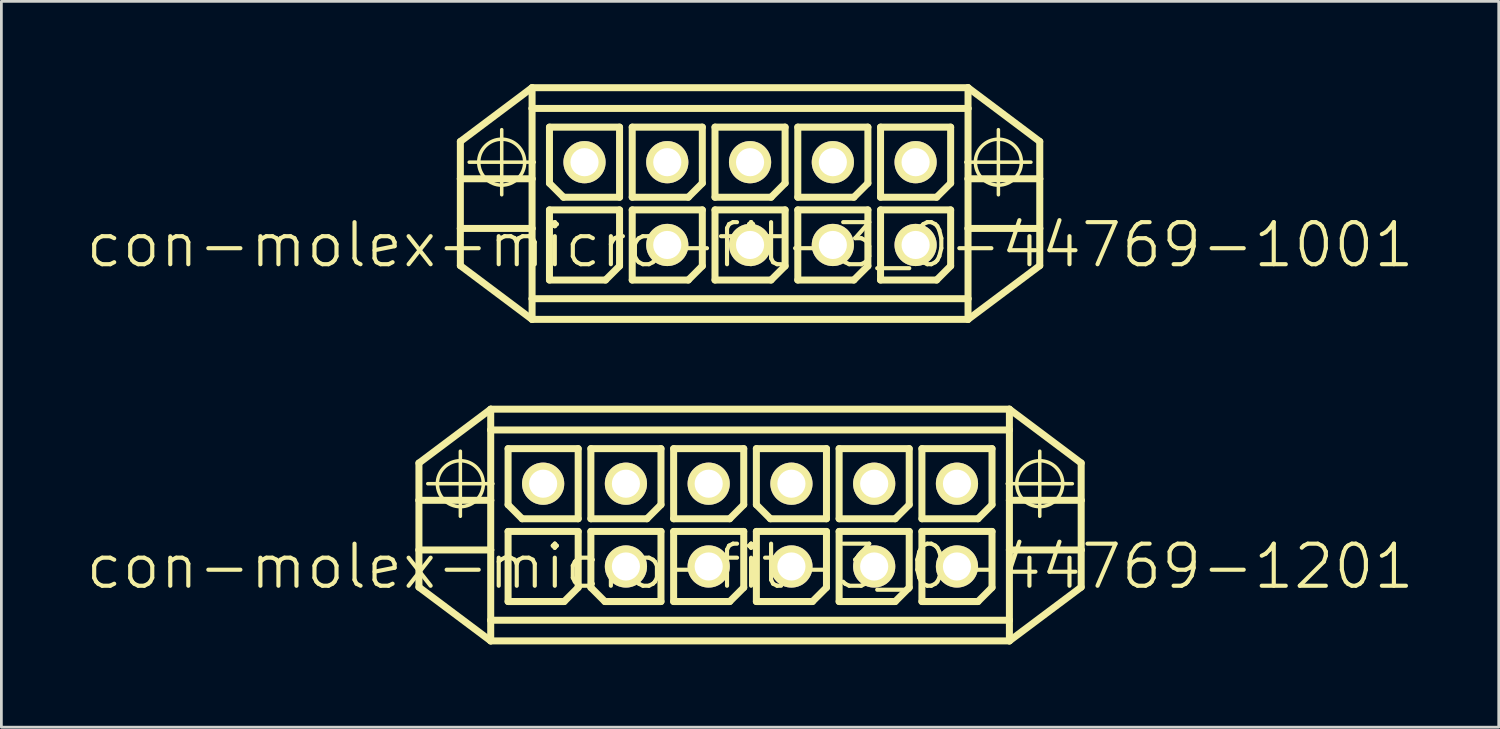
<source format=kicad_pcb>
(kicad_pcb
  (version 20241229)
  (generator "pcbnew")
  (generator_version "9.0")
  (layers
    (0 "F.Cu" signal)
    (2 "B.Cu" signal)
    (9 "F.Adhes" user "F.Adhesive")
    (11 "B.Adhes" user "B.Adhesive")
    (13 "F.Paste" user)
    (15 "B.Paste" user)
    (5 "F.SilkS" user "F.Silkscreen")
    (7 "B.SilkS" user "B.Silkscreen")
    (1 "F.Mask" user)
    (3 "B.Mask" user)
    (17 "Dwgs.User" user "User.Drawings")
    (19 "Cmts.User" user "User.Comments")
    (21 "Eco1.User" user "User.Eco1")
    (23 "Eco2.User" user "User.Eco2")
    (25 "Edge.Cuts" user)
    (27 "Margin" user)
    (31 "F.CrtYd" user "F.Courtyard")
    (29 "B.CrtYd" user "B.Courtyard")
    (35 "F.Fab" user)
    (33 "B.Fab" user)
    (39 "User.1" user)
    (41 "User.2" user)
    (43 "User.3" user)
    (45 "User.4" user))
  (footprint "con-molex-micro-fit-3_0-44769-1201"
    (layer "F.Cu")
    (at 24.13 17.478)
    (property "Reference" "con-molex-micro-fit-3_0-44769-1201" (at 0 0 0) (layer "F.SilkS") (effects (font (size 1.524 1.524) (thickness 0.15))))
    (attr exclude_from_pos_files exclude_from_bom)
    (fp_line (start -11.999 -3.749) (end -9.398 -5.7) (stroke (width 0.254) (type solid)) (layer "F.SilkS"))
    (fp_line (start -11.999 -2.398) (end -11.999 -3.749) (stroke (width 0.254) (type solid)) (layer "F.SilkS"))
    (fp_line (start -11.999 -2.398) (end -9.398 -2.398) (stroke (width 0.254) (type solid)) (layer "F.SilkS"))
    (fp_line (start -11.999 -0.599) (end -11.999 -2.398) (stroke (width 0.254) (type solid)) (layer "F.SilkS"))
    (fp_line (start -11.999 -0.599) (end -9.398 -0.599) (stroke (width 0.254) (type solid)) (layer "F.SilkS"))
    (fp_line (start -11.999 0.749) (end -11.999 -0.599) (stroke (width 0.254) (type solid)) (layer "F.SilkS"))
    (fp_line (start -11.679 -3) (end -9.319 -3) (stroke (width 0.127) (type solid)) (layer "F.SilkS"))
    (fp_line (start -10.498 -1.819) (end -10.498 -4.178) (stroke (width 0.127) (type solid)) (layer "F.SilkS"))
    (fp_line (start -9.398 -5.7) (end -9.398 -4.948) (stroke (width 0.254) (type solid)) (layer "F.SilkS"))
    (fp_line (start -9.398 -5.7) (end 9.398 -5.7) (stroke (width 0.254) (type solid)) (layer "F.SilkS"))
    (fp_line (start -9.398 -4.948) (end 9.398 -4.948) (stroke (width 0.254) (type solid)) (layer "F.SilkS"))
    (fp_line (start -9.398 -2.398) (end -9.398 -4.948) (stroke (width 0.254) (type solid)) (layer "F.SilkS"))
    (fp_line (start -9.398 -0.599) (end -9.398 -2.398) (stroke (width 0.254) (type solid)) (layer "F.SilkS"))
    (fp_line (start -9.398 -0.599) (end -9.398 1.948) (stroke (width 0.254) (type solid)) (layer "F.SilkS"))
    (fp_line (start -9.398 1.948) (end -9.398 2.697) (stroke (width 0.254) (type solid)) (layer "F.SilkS"))
    (fp_line (start -9.398 1.948) (end 9.398 1.948) (stroke (width 0.254) (type solid)) (layer "F.SilkS"))
    (fp_line (start -9.398 2.697) (end -11.999 0.749) (stroke (width 0.254) (type solid)) (layer "F.SilkS"))
    (fp_line (start -8.768 -4.27) (end -6.228 -4.27) (stroke (width 0.254) (type solid)) (layer "F.SilkS"))
    (fp_line (start -8.768 -2.238) (end -8.768 -4.27) (stroke (width 0.254) (type solid)) (layer "F.SilkS"))
    (fp_line (start -8.768 -1.27) (end -6.228 -1.27) (stroke (width 0.254) (type solid)) (layer "F.SilkS"))
    (fp_line (start -8.768 1.27) (end -8.768 -1.27) (stroke (width 0.254) (type solid)) (layer "F.SilkS"))
    (fp_line (start -8.26 -1.73) (end -8.768 -2.238) (stroke (width 0.254) (type solid)) (layer "F.SilkS"))
    (fp_line (start -6.736 1.27) (end -8.768 1.27) (stroke (width 0.254) (type solid)) (layer "F.SilkS"))
    (fp_line (start -6.228 -4.27) (end -6.228 -1.73) (stroke (width 0.254) (type solid)) (layer "F.SilkS"))
    (fp_line (start -6.228 -1.73) (end -8.26 -1.73) (stroke (width 0.254) (type solid)) (layer "F.SilkS"))
    (fp_line (start -6.228 -1.27) (end -6.228 0.762) (stroke (width 0.254) (type solid)) (layer "F.SilkS"))
    (fp_line (start -6.228 0.762) (end -6.736 1.27) (stroke (width 0.254) (type solid)) (layer "F.SilkS"))
    (fp_line (start -5.768 -4.27) (end -3.228 -4.27) (stroke (width 0.254) (type solid)) (layer "F.SilkS"))
    (fp_line (start -5.768 -1.73) (end -5.768 -4.27) (stroke (width 0.254) (type solid)) (layer "F.SilkS"))
    (fp_line (start -5.768 -1.27) (end -3.228 -1.27) (stroke (width 0.254) (type solid)) (layer "F.SilkS"))
    (fp_line (start -5.768 0.762) (end -5.768 -1.27) (stroke (width 0.254) (type solid)) (layer "F.SilkS"))
    (fp_line (start -5.26 1.27) (end -5.768 0.762) (stroke (width 0.254) (type solid)) (layer "F.SilkS"))
    (fp_line (start -3.736 -1.73) (end -5.768 -1.73) (stroke (width 0.254) (type solid)) (layer "F.SilkS"))
    (fp_line (start -3.228 -4.27) (end -3.228 -2.238) (stroke (width 0.254) (type solid)) (layer "F.SilkS"))
    (fp_line (start -3.228 -2.238) (end -3.736 -1.73) (stroke (width 0.254) (type solid)) (layer "F.SilkS"))
    (fp_line (start -3.228 -1.27) (end -3.228 1.27) (stroke (width 0.254) (type solid)) (layer "F.SilkS"))
    (fp_line (start -3.228 1.27) (end -5.26 1.27) (stroke (width 0.254) (type solid)) (layer "F.SilkS"))
    (fp_line (start -2.769 -4.27) (end -0.229 -4.27) (stroke (width 0.254) (type solid)) (layer "F.SilkS"))
    (fp_line (start -2.769 -1.73) (end -2.769 -4.27) (stroke (width 0.254) (type solid)) (layer "F.SilkS"))
    (fp_line (start -2.769 -1.27) (end -0.229 -1.27) (stroke (width 0.254) (type solid)) (layer "F.SilkS"))
    (fp_line (start -2.769 1.27) (end -2.769 -1.27) (stroke (width 0.254) (type solid)) (layer "F.SilkS"))
    (fp_line (start -0.737 -1.73) (end -2.769 -1.73) (stroke (width 0.254) (type solid)) (layer "F.SilkS"))
    (fp_line (start -0.737 1.27) (end -2.769 1.27) (stroke (width 0.254) (type solid)) (layer "F.SilkS"))
    (fp_line (start -0.229 -4.27) (end -0.229 -2.238) (stroke (width 0.254) (type solid)) (layer "F.SilkS"))
    (fp_line (start -0.229 -2.238) (end -0.737 -1.73) (stroke (width 0.254) (type solid)) (layer "F.SilkS"))
    (fp_line (start -0.229 -1.27) (end -0.229 0.762) (stroke (width 0.254) (type solid)) (layer "F.SilkS"))
    (fp_line (start -0.229 0.762) (end -0.737 1.27) (stroke (width 0.254) (type solid)) (layer "F.SilkS"))
    (fp_line (start 0.229 -4.27) (end 2.769 -4.27) (stroke (width 0.254) (type solid)) (layer "F.SilkS"))
    (fp_line (start 0.229 -2.238) (end 0.229 -4.27) (stroke (width 0.254) (type solid)) (layer "F.SilkS"))
    (fp_line (start 0.229 -1.27) (end 2.769 -1.27) (stroke (width 0.254) (type solid)) (layer "F.SilkS"))
    (fp_line (start 0.229 1.27) (end 0.229 -1.27) (stroke (width 0.254) (type solid)) (layer "F.SilkS"))
    (fp_line (start 0.737 -1.73) (end 0.229 -2.238) (stroke (width 0.254) (type solid)) (layer "F.SilkS"))
    (fp_line (start 2.261 1.27) (end 0.229 1.27) (stroke (width 0.254) (type solid)) (layer "F.SilkS"))
    (fp_line (start 2.769 -4.27) (end 2.769 -1.73) (stroke (width 0.254) (type solid)) (layer "F.SilkS"))
    (fp_line (start 2.769 -1.73) (end 0.737 -1.73) (stroke (width 0.254) (type solid)) (layer "F.SilkS"))
    (fp_line (start 2.769 -1.27) (end 2.769 0.762) (stroke (width 0.254) (type solid)) (layer "F.SilkS"))
    (fp_line (start 2.769 0.762) (end 2.261 1.27) (stroke (width 0.254) (type solid)) (layer "F.SilkS"))
    (fp_line (start 3.228 -4.27) (end 5.768 -4.27) (stroke (width 0.254) (type solid)) (layer "F.SilkS"))
    (fp_line (start 3.228 -1.73) (end 3.228 -4.27) (stroke (width 0.254) (type solid)) (layer "F.SilkS"))
    (fp_line (start 3.228 -1.27) (end 5.768 -1.27) (stroke (width 0.254) (type solid)) (layer "F.SilkS"))
    (fp_line (start 3.228 1.27) (end 3.228 -1.27) (stroke (width 0.254) (type solid)) (layer "F.SilkS"))
    (fp_line (start 5.26 -1.73) (end 3.228 -1.73) (stroke (width 0.254) (type solid)) (layer "F.SilkS"))
    (fp_line (start 5.26 1.27) (end 3.228 1.27) (stroke (width 0.254) (type solid)) (layer "F.SilkS"))
    (fp_line (start 5.768 -4.27) (end 5.768 -2.238) (stroke (width 0.254) (type solid)) (layer "F.SilkS"))
    (fp_line (start 5.768 -2.238) (end 5.26 -1.73) (stroke (width 0.254) (type solid)) (layer "F.SilkS"))
    (fp_line (start 5.768 -1.27) (end 5.768 0.762) (stroke (width 0.254) (type solid)) (layer "F.SilkS"))
    (fp_line (start 5.768 0.762) (end 5.26 1.27) (stroke (width 0.254) (type solid)) (layer "F.SilkS"))
    (fp_line (start 6.228 -4.27) (end 8.768 -4.27) (stroke (width 0.254) (type solid)) (layer "F.SilkS"))
    (fp_line (start 6.228 -1.73) (end 6.228 -4.27) (stroke (width 0.254) (type solid)) (layer "F.SilkS"))
    (fp_line (start 6.228 -1.27) (end 8.768 -1.27) (stroke (width 0.254) (type solid)) (layer "F.SilkS"))
    (fp_line (start 6.228 1.27) (end 6.228 -1.27) (stroke (width 0.254) (type solid)) (layer "F.SilkS"))
    (fp_line (start 8.26 -1.73) (end 6.228 -1.73) (stroke (width 0.254) (type solid)) (layer "F.SilkS"))
    (fp_line (start 8.26 1.27) (end 6.228 1.27) (stroke (width 0.254) (type solid)) (layer "F.SilkS"))
    (fp_line (start 8.768 -4.27) (end 8.768 -2.238) (stroke (width 0.254) (type solid)) (layer "F.SilkS"))
    (fp_line (start 8.768 -2.238) (end 8.26 -1.73) (stroke (width 0.254) (type solid)) (layer "F.SilkS"))
    (fp_line (start 8.768 -1.27) (end 8.768 0.762) (stroke (width 0.254) (type solid)) (layer "F.SilkS"))
    (fp_line (start 8.768 0.762) (end 8.26 1.27) (stroke (width 0.254) (type solid)) (layer "F.SilkS"))
    (fp_line (start 9.319 -3) (end 11.679 -3) (stroke (width 0.127) (type solid)) (layer "F.SilkS"))
    (fp_line (start 9.398 -5.7) (end 9.398 -4.948) (stroke (width 0.254) (type solid)) (layer "F.SilkS"))
    (fp_line (start 9.398 -5.7) (end 11.999 -3.749) (stroke (width 0.254) (type solid)) (layer "F.SilkS"))
    (fp_line (start 9.398 -4.948) (end 9.398 -2.398) (stroke (width 0.254) (type solid)) (layer "F.SilkS"))
    (fp_line (start 9.398 -2.398) (end 9.398 -0.599) (stroke (width 0.254) (type solid)) (layer "F.SilkS"))
    (fp_line (start 9.398 -2.398) (end 11.999 -2.398) (stroke (width 0.254) (type solid)) (layer "F.SilkS"))
    (fp_line (start 9.398 -0.599) (end 9.398 1.948) (stroke (width 0.254) (type solid)) (layer "F.SilkS"))
    (fp_line (start 9.398 -0.599) (end 11.999 -0.599) (stroke (width 0.254) (type solid)) (layer "F.SilkS"))
    (fp_line (start 9.398 1.948) (end 9.398 2.697) (stroke (width 0.254) (type solid)) (layer "F.SilkS"))
    (fp_line (start 9.398 2.697) (end -9.398 2.697) (stroke (width 0.254) (type solid)) (layer "F.SilkS"))
    (fp_line (start 10.498 -1.819) (end 10.498 -4.178) (stroke (width 0.127) (type solid)) (layer "F.SilkS"))
    (fp_line (start 11.999 -3.749) (end 11.999 -2.398) (stroke (width 0.254) (type solid)) (layer "F.SilkS"))
    (fp_line (start 11.999 -2.398) (end 11.999 -0.599) (stroke (width 0.254) (type solid)) (layer "F.SilkS"))
    (fp_line (start 11.999 -0.599) (end 11.999 0.749) (stroke (width 0.254) (type solid)) (layer "F.SilkS"))
    (fp_line (start 11.999 0.749) (end 9.398 2.697) (stroke (width 0.254) (type solid)) (layer "F.SilkS"))
    (fp_circle (center -10.498 -3) (end -11.087 -3.589) (stroke (width 0.127) (type solid)) (fill no) (layer "F.SilkS"))
    (fp_circle (center 10.498 -3) (end 11.087 -3.589) (stroke (width 0.127) (type solid)) (fill no) (layer "F.SilkS"))
    (pad "P$1" thru_hole rect (at -7.498 0) (size 0.001 0.001) (drill 1.019) (layers "*.Cu" "F.Mask" "F.SilkS" "F.Paste"))
    (pad "P$2" thru_hole circle (at -4.498 0) (size 1.529 1.529) (drill 1.019) (layers "*.Cu" "F.Mask" "F.SilkS" "F.Paste"))
    (pad "P$3" thru_hole circle (at -1.499 0) (size 1.529 1.529) (drill 1.019) (layers "*.Cu" "F.Mask" "F.SilkS" "F.Paste"))
    (pad "P$4" thru_hole circle (at 1.499 0) (size 1.529 1.529) (drill 1.019) (layers "*.Cu" "F.Mask" "F.SilkS" "F.Paste"))
    (pad "P$5" thru_hole circle (at 4.498 0) (size 1.529 1.529) (drill 1.019) (layers "*.Cu" "F.Mask" "F.SilkS" "F.Paste"))
    (pad "P$6" thru_hole circle (at 7.498 0) (size 1.529 1.529) (drill 1.019) (layers "*.Cu" "F.Mask" "F.SilkS" "F.Paste"))
    (pad "P$7" thru_hole circle (at -7.498 -3) (size 1.529 1.529) (drill 1.019) (layers "*.Cu" "F.Mask" "F.SilkS" "F.Paste"))
    (pad "P$8" thru_hole circle (at -4.498 -3) (size 1.529 1.529) (drill 1.019) (layers "*.Cu" "F.Mask" "F.SilkS" "F.Paste"))
    (pad "P$9" thru_hole circle (at -1.499 -3) (size 1.529 1.529) (drill 1.019) (layers "*.Cu" "F.Mask" "F.SilkS" "F.Paste"))
    (pad "P$10" thru_hole circle (at 1.499 -3) (size 1.529 1.529) (drill 1.019) (layers "*.Cu" "F.Mask" "F.SilkS" "F.Paste"))
    (pad "P$11" thru_hole circle (at 4.498 -3) (size 1.529 1.529) (drill 1.019) (layers "*.Cu" "F.Mask" "F.SilkS" "F.Paste"))
    (pad "P$12" thru_hole circle (at 7.498 -3) (size 1.529 1.529) (drill 1.019) (layers "*.Cu" "F.Mask" "F.SilkS" "F.Paste")))
  (footprint "con-molex-micro-fit-3_0-44769-1001"
    (layer "F.Cu")
    (at 24.13 5.827)
    (property "Reference" "con-molex-micro-fit-3_0-44769-1001" (at 0 0 0) (layer "F.SilkS") (effects (font (size 1.524 1.524) (thickness 0.15))))
    (attr exclude_from_pos_files exclude_from_bom)
    (fp_line (start -10.498 -3.749) (end -7.899 -5.7) (stroke (width 0.254) (type solid)) (layer "F.SilkS"))
    (fp_line (start -10.498 -2.398) (end -10.498 -3.749) (stroke (width 0.254) (type solid)) (layer "F.SilkS"))
    (fp_line (start -10.498 -2.398) (end -7.899 -2.398) (stroke (width 0.254) (type solid)) (layer "F.SilkS"))
    (fp_line (start -10.498 -0.599) (end -10.498 -2.398) (stroke (width 0.254) (type solid)) (layer "F.SilkS"))
    (fp_line (start -10.498 -0.599) (end -7.899 -0.599) (stroke (width 0.254) (type solid)) (layer "F.SilkS"))
    (fp_line (start -10.498 0.749) (end -10.498 -0.599) (stroke (width 0.254) (type solid)) (layer "F.SilkS"))
    (fp_line (start -10.178 -3) (end -7.818 -3) (stroke (width 0.127) (type solid)) (layer "F.SilkS"))
    (fp_line (start -8.999 -1.819) (end -8.999 -4.178) (stroke (width 0.127) (type solid)) (layer "F.SilkS"))
    (fp_line (start -7.899 -5.7) (end -7.899 -4.948) (stroke (width 0.254) (type solid)) (layer "F.SilkS"))
    (fp_line (start -7.899 -5.7) (end 7.899 -5.7) (stroke (width 0.254) (type solid)) (layer "F.SilkS"))
    (fp_line (start -7.899 -4.948) (end 7.899 -4.948) (stroke (width 0.254) (type solid)) (layer "F.SilkS"))
    (fp_line (start -7.899 -2.398) (end -7.899 -4.948) (stroke (width 0.254) (type solid)) (layer "F.SilkS"))
    (fp_line (start -7.899 -0.599) (end -7.899 -2.398) (stroke (width 0.254) (type solid)) (layer "F.SilkS"))
    (fp_line (start -7.899 -0.599) (end -7.899 1.948) (stroke (width 0.254) (type solid)) (layer "F.SilkS"))
    (fp_line (start -7.899 1.948) (end -7.899 2.697) (stroke (width 0.254) (type solid)) (layer "F.SilkS"))
    (fp_line (start -7.899 1.948) (end 7.899 1.948) (stroke (width 0.254) (type solid)) (layer "F.SilkS"))
    (fp_line (start -7.899 2.697) (end -10.498 0.749) (stroke (width 0.254) (type solid)) (layer "F.SilkS"))
    (fp_line (start -7.269 -4.27) (end -4.729 -4.27) (stroke (width 0.254) (type solid)) (layer "F.SilkS"))
    (fp_line (start -7.269 -2.238) (end -7.269 -4.27) (stroke (width 0.254) (type solid)) (layer "F.SilkS"))
    (fp_line (start -7.269 -1.27) (end -4.729 -1.27) (stroke (width 0.254) (type solid)) (layer "F.SilkS"))
    (fp_line (start -7.269 1.27) (end -7.269 -1.27) (stroke (width 0.254) (type solid)) (layer "F.SilkS"))
    (fp_line (start -6.761 -1.73) (end -7.269 -2.238) (stroke (width 0.254) (type solid)) (layer "F.SilkS"))
    (fp_line (start -5.237 1.27) (end -7.269 1.27) (stroke (width 0.254) (type solid)) (layer "F.SilkS"))
    (fp_line (start -4.729 -4.27) (end -4.729 -1.73) (stroke (width 0.254) (type solid)) (layer "F.SilkS"))
    (fp_line (start -4.729 -1.73) (end -6.761 -1.73) (stroke (width 0.254) (type solid)) (layer "F.SilkS"))
    (fp_line (start -4.729 -1.27) (end -4.729 0.762) (stroke (width 0.254) (type solid)) (layer "F.SilkS"))
    (fp_line (start -4.729 0.762) (end -5.237 1.27) (stroke (width 0.254) (type solid)) (layer "F.SilkS"))
    (fp_line (start -4.27 -4.27) (end -1.73 -4.27) (stroke (width 0.254) (type solid)) (layer "F.SilkS"))
    (fp_line (start -4.27 -1.73) (end -4.27 -4.27) (stroke (width 0.254) (type solid)) (layer "F.SilkS"))
    (fp_line (start -4.27 -1.27) (end -1.73 -1.27) (stroke (width 0.254) (type solid)) (layer "F.SilkS"))
    (fp_line (start -4.27 1.27) (end -4.27 -1.27) (stroke (width 0.254) (type solid)) (layer "F.SilkS"))
    (fp_line (start -2.238 -1.73) (end -4.27 -1.73) (stroke (width 0.254) (type solid)) (layer "F.SilkS"))
    (fp_line (start -2.238 1.27) (end -4.27 1.27) (stroke (width 0.254) (type solid)) (layer "F.SilkS"))
    (fp_line (start -1.73 -4.27) (end -1.73 -2.238) (stroke (width 0.254) (type solid)) (layer "F.SilkS"))
    (fp_line (start -1.73 -2.238) (end -2.238 -1.73) (stroke (width 0.254) (type solid)) (layer "F.SilkS"))
    (fp_line (start -1.73 -1.27) (end -1.73 0.762) (stroke (width 0.254) (type solid)) (layer "F.SilkS"))
    (fp_line (start -1.73 0.762) (end -2.238 1.27) (stroke (width 0.254) (type solid)) (layer "F.SilkS"))
    (fp_line (start -1.27 -4.27) (end 1.27 -4.27) (stroke (width 0.254) (type solid)) (layer "F.SilkS"))
    (fp_line (start -1.27 -1.73) (end -1.27 -4.27) (stroke (width 0.254) (type solid)) (layer "F.SilkS"))
    (fp_line (start -1.27 -1.27) (end 1.27 -1.27) (stroke (width 0.254) (type solid)) (layer "F.SilkS"))
    (fp_line (start -1.27 1.27) (end -1.27 -1.27) (stroke (width 0.254) (type solid)) (layer "F.SilkS"))
    (fp_line (start 0.762 -1.73) (end -1.27 -1.73) (stroke (width 0.254) (type solid)) (layer "F.SilkS"))
    (fp_line (start 0.762 1.27) (end -1.27 1.27) (stroke (width 0.254) (type solid)) (layer "F.SilkS"))
    (fp_line (start 1.27 -4.27) (end 1.27 -2.238) (stroke (width 0.254) (type solid)) (layer "F.SilkS"))
    (fp_line (start 1.27 -2.238) (end 0.762 -1.73) (stroke (width 0.254) (type solid)) (layer "F.SilkS"))
    (fp_line (start 1.27 -1.27) (end 1.27 0.762) (stroke (width 0.254) (type solid)) (layer "F.SilkS"))
    (fp_line (start 1.27 0.762) (end 0.762 1.27) (stroke (width 0.254) (type solid)) (layer "F.SilkS"))
    (fp_line (start 1.73 -4.27) (end 4.27 -4.27) (stroke (width 0.254) (type solid)) (layer "F.SilkS"))
    (fp_line (start 1.73 -1.73) (end 1.73 -4.27) (stroke (width 0.254) (type solid)) (layer "F.SilkS"))
    (fp_line (start 1.73 -1.27) (end 4.27 -1.27) (stroke (width 0.254) (type solid)) (layer "F.SilkS"))
    (fp_line (start 1.73 1.27) (end 1.73 -1.27) (stroke (width 0.254) (type solid)) (layer "F.SilkS"))
    (fp_line (start 3.762 -1.73) (end 1.73 -1.73) (stroke (width 0.254) (type solid)) (layer "F.SilkS"))
    (fp_line (start 3.762 1.27) (end 1.73 1.27) (stroke (width 0.254) (type solid)) (layer "F.SilkS"))
    (fp_line (start 4.27 -4.27) (end 4.27 -2.238) (stroke (width 0.254) (type solid)) (layer "F.SilkS"))
    (fp_line (start 4.27 -2.238) (end 3.762 -1.73) (stroke (width 0.254) (type solid)) (layer "F.SilkS"))
    (fp_line (start 4.27 -1.27) (end 4.27 0.762) (stroke (width 0.254) (type solid)) (layer "F.SilkS"))
    (fp_line (start 4.27 0.762) (end 3.762 1.27) (stroke (width 0.254) (type solid)) (layer "F.SilkS"))
    (fp_line (start 4.729 -4.27) (end 7.269 -4.27) (stroke (width 0.254) (type solid)) (layer "F.SilkS"))
    (fp_line (start 4.729 -1.73) (end 4.729 -4.27) (stroke (width 0.254) (type solid)) (layer "F.SilkS"))
    (fp_line (start 4.729 -1.27) (end 7.269 -1.27) (stroke (width 0.254) (type solid)) (layer "F.SilkS"))
    (fp_line (start 4.729 1.27) (end 4.729 -1.27) (stroke (width 0.254) (type solid)) (layer "F.SilkS"))
    (fp_line (start 6.761 -1.73) (end 4.729 -1.73) (stroke (width 0.254) (type solid)) (layer "F.SilkS"))
    (fp_line (start 6.761 1.27) (end 4.729 1.27) (stroke (width 0.254) (type solid)) (layer "F.SilkS"))
    (fp_line (start 7.269 -4.27) (end 7.269 -2.238) (stroke (width 0.254) (type solid)) (layer "F.SilkS"))
    (fp_line (start 7.269 -2.238) (end 6.761 -1.73) (stroke (width 0.254) (type solid)) (layer "F.SilkS"))
    (fp_line (start 7.269 -1.27) (end 7.269 0.762) (stroke (width 0.254) (type solid)) (layer "F.SilkS"))
    (fp_line (start 7.269 0.762) (end 6.761 1.27) (stroke (width 0.254) (type solid)) (layer "F.SilkS"))
    (fp_line (start 7.818 -3) (end 10.178 -3) (stroke (width 0.127) (type solid)) (layer "F.SilkS"))
    (fp_line (start 7.899 -5.7) (end 7.899 -4.948) (stroke (width 0.254) (type solid)) (layer "F.SilkS"))
    (fp_line (start 7.899 -5.7) (end 10.498 -3.749) (stroke (width 0.254) (type solid)) (layer "F.SilkS"))
    (fp_line (start 7.899 -4.948) (end 7.899 -2.398) (stroke (width 0.254) (type solid)) (layer "F.SilkS"))
    (fp_line (start 7.899 -2.398) (end 7.899 -0.599) (stroke (width 0.254) (type solid)) (layer "F.SilkS"))
    (fp_line (start 7.899 -2.398) (end 10.498 -2.398) (stroke (width 0.254) (type solid)) (layer "F.SilkS"))
    (fp_line (start 7.899 -0.599) (end 7.899 1.948) (stroke (width 0.254) (type solid)) (layer "F.SilkS"))
    (fp_line (start 7.899 -0.599) (end 10.498 -0.599) (stroke (width 0.254) (type solid)) (layer "F.SilkS"))
    (fp_line (start 7.899 1.948) (end 7.899 2.697) (stroke (width 0.254) (type solid)) (layer "F.SilkS"))
    (fp_line (start 7.899 2.697) (end -7.899 2.697) (stroke (width 0.254) (type solid)) (layer "F.SilkS"))
    (fp_line (start 8.999 -1.819) (end 8.999 -4.178) (stroke (width 0.127) (type solid)) (layer "F.SilkS"))
    (fp_line (start 10.498 -3.749) (end 10.498 -2.398) (stroke (width 0.254) (type solid)) (layer "F.SilkS"))
    (fp_line (start 10.498 -2.398) (end 10.498 -0.599) (stroke (width 0.254) (type solid)) (layer "F.SilkS"))
    (fp_line (start 10.498 -0.599) (end 10.498 0.749) (stroke (width 0.254) (type solid)) (layer "F.SilkS"))
    (fp_line (start 10.498 0.749) (end 7.899 2.697) (stroke (width 0.254) (type solid)) (layer "F.SilkS"))
    (fp_circle (center -8.999 -3) (end -9.588 -3.589) (stroke (width 0.127) (type solid)) (fill no) (layer "F.SilkS"))
    (fp_circle (center 8.999 -3) (end 9.588 -3.589) (stroke (width 0.127) (type solid)) (fill no) (layer "F.SilkS"))
    (pad "P$1" thru_hole rect (at -5.999 0) (size 0.001 0.001) (drill 1.019) (layers "*.Cu" "F.Mask" "F.SilkS" "F.Paste"))
    (pad "P$2" thru_hole circle (at -3 0) (size 1.529 1.529) (drill 1.019) (layers "*.Cu" "F.Mask" "F.SilkS" "F.Paste"))
    (pad "P$3" thru_hole circle (at 0 0) (size 1.529 1.529) (drill 1.019) (layers "*.Cu" "F.Mask" "F.SilkS" "F.Paste"))
    (pad "P$4" thru_hole circle (at 3 0) (size 1.529 1.529) (drill 1.019) (layers "*.Cu" "F.Mask" "F.SilkS" "F.Paste"))
    (pad "P$5" thru_hole circle (at 5.999 0) (size 1.529 1.529) (drill 1.019) (layers "*.Cu" "F.Mask" "F.SilkS" "F.Paste"))
    (pad "P$6" thru_hole circle (at -5.999 -3) (size 1.529 1.529) (drill 1.019) (layers "*.Cu" "F.Mask" "F.SilkS" "F.Paste"))
    (pad "P$7" thru_hole circle (at -3 -3) (size 1.529 1.529) (drill 1.019) (layers "*.Cu" "F.Mask" "F.SilkS" "F.Paste"))
    (pad "P$8" thru_hole circle (at 0 -3) (size 1.529 1.529) (drill 1.019) (layers "*.Cu" "F.Mask" "F.SilkS" "F.Paste"))
    (pad "P$9" thru_hole circle (at 3 -3) (size 1.529 1.529) (drill 1.019) (layers "*.Cu" "F.Mask" "F.SilkS" "F.Paste"))
    (pad "P$10" thru_hole circle (at 5.999 -3) (size 1.529 1.529) (drill 1.019) (layers "*.Cu" "F.Mask" "F.SilkS" "F.Paste")))
  (gr_rect
    (start -3 -3)
    (end 51.26 23.302)
    (stroke (width 0.1) (type default))
    (fill no)
    (layer "Edge.Cuts")))
</source>
